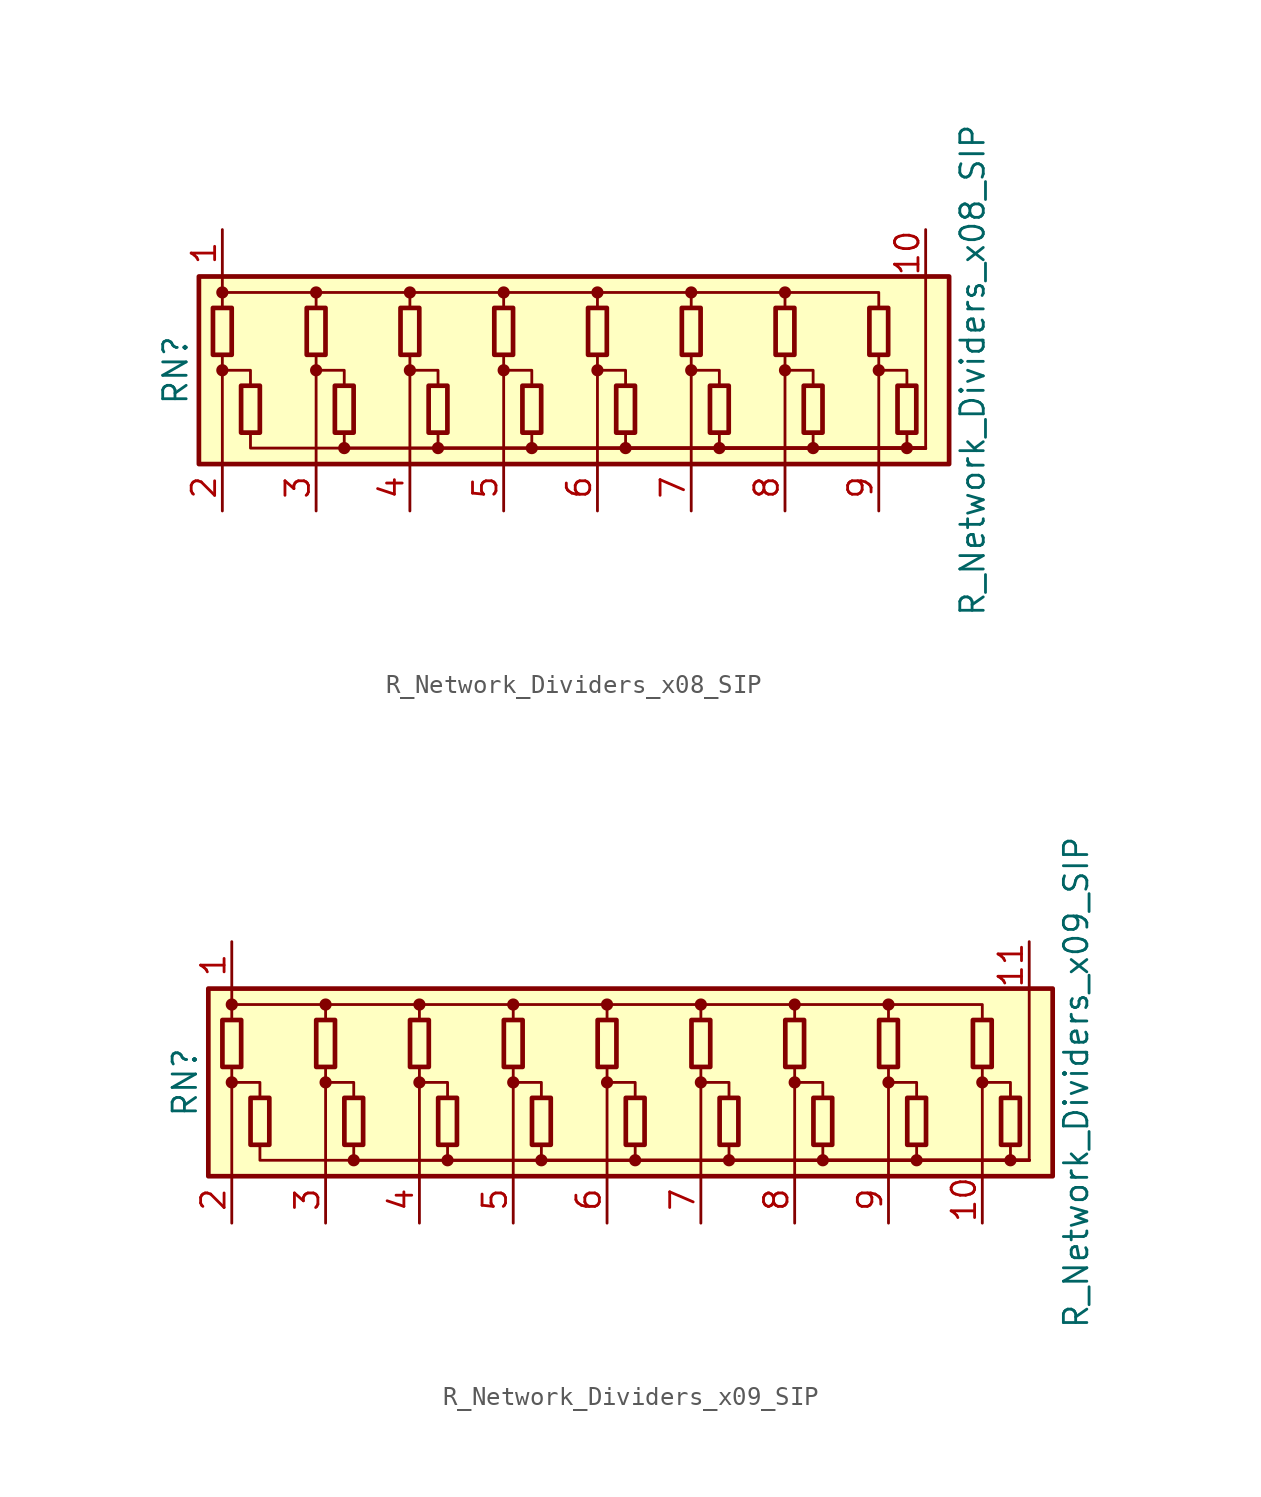
<source format=kicad_sym>
(kicad_symbol_lib
  (version 20201005)
  (generator kicad_symbol_editor)
  (symbol "R_Network_Dividers_x08_SIP"
    (pin_names
      (offset 0) hide)
    (property "Reference" "RN"
      (at -22.86 0 90)
      (effects (font (size 1.27 1.27))))
    (property "Value" "R_Network_Dividers_x08_SIP"
      (at 20.32 0 90)
      (effects (font (size 1.27 1.27))))
    (symbol "R_Network_Dividers_x08_SIP_0_1"
      (circle (center -20.32 0) (radius 0.254) (stroke (width 0)) (fill (type outline)))
      (circle (center -20.32 4.216) (radius 0.254) (stroke (width 0)) (fill (type outline)))
      (circle (center -15.24 0) (radius 0.254) (stroke (width 0)) (fill (type outline)))
      (circle (center -15.24 4.216) (radius 0.254) (stroke (width 0)) (fill (type outline)))
      (circle (center -13.716 -4.216) (radius 0.254) (stroke (width 0)) (fill (type outline)))
      (circle (center -10.16 0) (radius 0.254) (stroke (width 0)) (fill (type outline)))
      (circle (center -10.16 4.216) (radius 0.254) (stroke (width 0)) (fill (type outline)))
      (circle (center -8.636 -4.216) (radius 0.254) (stroke (width 0)) (fill (type outline)))
      (circle (center -5.08 0) (radius 0.254) (stroke (width 0)) (fill (type outline)))
      (circle (center -5.08 4.216) (radius 0.254) (stroke (width 0)) (fill (type outline)))
      (circle (center -3.556 -4.216) (radius 0.254) (stroke (width 0)) (fill (type outline)))
      (circle (center 0 0) (radius 0.254) (stroke (width 0)) (fill (type outline)))
      (circle (center 0 4.216) (radius 0.254) (stroke (width 0)) (fill (type outline)))
      (circle (center 1.524 -4.216) (radius 0.254) (stroke (width 0)) (fill (type outline)))
      (circle (center 5.08 0) (radius 0.254) (stroke (width 0)) (fill (type outline)))
      (circle (center 5.08 4.216) (radius 0.254) (stroke (width 0)) (fill (type outline)))
      (circle (center 6.604 -4.216) (radius 0.254) (stroke (width 0)) (fill (type outline)))
      (circle (center 10.16 0) (radius 0.254) (stroke (width 0)) (fill (type outline)))
      (circle (center 10.16 4.216) (radius 0.254) (stroke (width 0)) (fill (type outline)))
      (circle (center 11.684 -4.216) (radius 0.254) (stroke (width 0)) (fill (type outline)))
      (circle (center 15.24 0) (radius 0.254) (stroke (width 0)) (fill (type outline)))
      (circle (center 16.764 -4.216) (radius 0.254) (stroke (width 0)) (fill (type outline)))
      (rectangle (start -20.828 3.378) (end -19.812 0.838) (stroke (width 0.254)) (fill (type none)))
      (rectangle (start -19.304 -3.378) (end -18.288 -0.838) (stroke (width 0.254)) (fill (type none)))
      (rectangle (start -15.748 3.378) (end -14.732 0.838) (stroke (width 0.254)) (fill (type none)))
      (rectangle (start -14.224 -3.378) (end -13.208 -0.838) (stroke (width 0.254)) (fill (type none)))
      (rectangle (start -10.668 3.378) (end -9.652 0.838) (stroke (width 0.254)) (fill (type none)))
      (rectangle (start -9.144 -3.378) (end -8.128 -0.838) (stroke (width 0.254)) (fill (type none)))
      (rectangle (start -5.588 3.378) (end -4.572 0.838) (stroke (width 0.254)) (fill (type none)))
      (rectangle (start -4.064 -3.378) (end -3.048 -0.838) (stroke (width 0.254)) (fill (type none)))
      (rectangle (start -0.508 3.378) (end 0.508 0.838) (stroke (width 0.254)) (fill (type none)))
      (rectangle (start 1.016 -3.378) (end 2.032 -0.838) (stroke (width 0.254)) (fill (type none)))
      (rectangle (start 4.572 3.378) (end 5.588 0.838) (stroke (width 0.254)) (fill (type none)))
      (rectangle (start 6.096 -3.378) (end 7.112 -0.838) (stroke (width 0.254)) (fill (type none)))
      (rectangle (start 9.652 3.378) (end 10.668 0.838) (stroke (width 0.254)) (fill (type none)))
      (rectangle (start 11.176 -3.378) (end 12.192 -0.838) (stroke (width 0.254)) (fill (type none)))
      (rectangle (start 14.732 3.378) (end 15.748 0.838) (stroke (width 0.254)) (fill (type none)))
      (rectangle (start 16.256 -3.378) (end 17.272 -0.838) (stroke (width 0.254)) (fill (type none)))
      (rectangle (start -21.59 -5.08) (end 19.05 5.08) (stroke (width 0.254)) (fill (type background)))
      (polyline (pts (xy -20.32 -5.08) (xy -20.32 0.838)) (stroke (width 0)) (fill (type none)))
      (polyline (pts (xy -20.32 5.08) (xy -20.32 3.378)) (stroke (width 0)) (fill (type none)))
      (polyline (pts (xy -15.24 -5.08) (xy -15.24 0.838)) (stroke (width 0)) (fill (type none)))
      (polyline (pts (xy -10.16 -5.08) (xy -10.16 0.838)) (stroke (width 0)) (fill (type none)))
      (polyline (pts (xy -5.08 -5.08) (xy -5.08 0.838)) (stroke (width 0)) (fill (type none)))
      (polyline (pts (xy 0 -5.08) (xy 0 0.838)) (stroke (width 0)) (fill (type none)))
      (polyline (pts (xy 5.08 -5.08) (xy 5.08 0.838)) (stroke (width 0)) (fill (type none)))
      (polyline (pts (xy 10.16 -5.08) (xy 10.16 0.838)) (stroke (width 0)) (fill (type none)))
      (polyline (pts (xy 15.24 -5.08) (xy 15.24 0.838)) (stroke (width 0)) (fill (type none)))
      (polyline (pts (xy 17.78 -4.216) (xy 17.78 5.08)) (stroke (width 0)) (fill (type none)))
      (polyline (pts (xy -20.32 0) (xy -18.796 0) (xy -18.796 -0.838)) (stroke (width 0)) (fill (type none)))
      (polyline (pts (xy -20.32 4.216) (xy -15.24 4.216) (xy -15.24 3.378)) (stroke (width 0)) (fill (type none)))
      (polyline (pts (xy -18.796 -3.378) (xy -18.796 -4.216) (xy 17.78 -4.216)) (stroke (width 0)) (fill (type none)))
      (polyline (pts (xy -15.24 0) (xy -13.716 0) (xy -13.716 -0.838)) (stroke (width 0)) (fill (type none)))
      (polyline (pts (xy -15.24 4.216) (xy -10.16 4.216) (xy -10.16 3.378)) (stroke (width 0)) (fill (type none)))
      (polyline (pts (xy -13.716 -3.378) (xy -13.716 -4.216) (xy 17.78 -4.216)) (stroke (width 0)) (fill (type none)))
      (polyline (pts (xy -10.16 0) (xy -8.636 0) (xy -8.636 -0.838)) (stroke (width 0)) (fill (type none)))
      (polyline (pts (xy -10.16 4.216) (xy -5.08 4.216) (xy -5.08 3.378)) (stroke (width 0)) (fill (type none)))
      (polyline (pts (xy -8.636 -3.378) (xy -8.636 -4.216) (xy 17.78 -4.216)) (stroke (width 0)) (fill (type none)))
      (polyline (pts (xy -5.08 0) (xy -3.556 0) (xy -3.556 -0.838)) (stroke (width 0)) (fill (type none)))
      (polyline (pts (xy -5.08 4.216) (xy 0 4.216) (xy 0 3.378)) (stroke (width 0)) (fill (type none)))
      (polyline (pts (xy -3.556 -3.378) (xy -3.556 -4.216) (xy 17.78 -4.216)) (stroke (width 0)) (fill (type none)))
      (polyline (pts (xy 0 0) (xy 1.524 0) (xy 1.524 -0.838)) (stroke (width 0)) (fill (type none)))
      (polyline (pts (xy 0 4.216) (xy 5.08 4.216) (xy 5.08 3.378)) (stroke (width 0)) (fill (type none)))
      (polyline (pts (xy 1.524 -3.378) (xy 1.524 -4.216) (xy 17.78 -4.216)) (stroke (width 0)) (fill (type none)))
      (polyline (pts (xy 5.08 0) (xy 6.604 0) (xy 6.604 -0.838)) (stroke (width 0)) (fill (type none)))
      (polyline (pts (xy 5.08 4.216) (xy 10.16 4.216) (xy 10.16 3.378)) (stroke (width 0)) (fill (type none)))
      (polyline (pts (xy 6.604 -3.378) (xy 6.604 -4.216) (xy 17.78 -4.216)) (stroke (width 0)) (fill (type none)))
      (polyline (pts (xy 10.16 0) (xy 11.684 0) (xy 11.684 -0.838)) (stroke (width 0)) (fill (type none)))
      (polyline (pts (xy 10.16 4.216) (xy 15.24 4.216) (xy 15.24 3.378)) (stroke (width 0)) (fill (type none)))
      (polyline (pts (xy 11.684 -3.378) (xy 11.684 -4.216) (xy 17.78 -4.216)) (stroke (width 0)) (fill (type none)))
      (polyline (pts (xy 15.24 0) (xy 16.764 0) (xy 16.764 -0.838)) (stroke (width 0)) (fill (type none)))
      (polyline (pts (xy 16.764 -3.378) (xy 16.764 -4.216) (xy 17.78 -4.216)) (stroke (width 0)) (fill (type none))))
    (symbol "R_Network_Dividers_x08_SIP_1_1"
      (pin passive line (at -20.32 7.62 270) (length 2.54) (name "COM1" (effects (font (size 1.27 1.27)))) (number "1" (effects (font (size 1.27 1.27)))))
      (pin passive line (at 17.78 7.62 270) (length 2.54) (name "COM2" (effects (font (size 1.27 1.27)))) (number "10" (effects (font (size 1.27 1.27)))))
      (pin passive line (at -20.32 -7.62 90) (length 2.54) (name "R1" (effects (font (size 1.27 1.27)))) (number "2" (effects (font (size 1.27 1.27)))))
      (pin passive line (at -15.24 -7.62 90) (length 2.54) (name "R2" (effects (font (size 1.27 1.27)))) (number "3" (effects (font (size 1.27 1.27)))))
      (pin passive line (at -10.16 -7.62 90) (length 2.54) (name "R3" (effects (font (size 1.27 1.27)))) (number "4" (effects (font (size 1.27 1.27)))))
      (pin passive line (at -5.08 -7.62 90) (length 2.54) (name "R4" (effects (font (size 1.27 1.27)))) (number "5" (effects (font (size 1.27 1.27)))))
      (pin passive line (at 0 -7.62 90) (length 2.54) (name "R5" (effects (font (size 1.27 1.27)))) (number "6" (effects (font (size 1.27 1.27)))))
      (pin passive line (at 5.08 -7.62 90) (length 2.54) (name "R6" (effects (font (size 1.27 1.27)))) (number "7" (effects (font (size 1.27 1.27)))))
      (pin passive line (at 10.16 -7.62 90) (length 2.54) (name "R7" (effects (font (size 1.27 1.27)))) (number "8" (effects (font (size 1.27 1.27)))))
      (pin passive line (at 15.24 -7.62 90) (length 2.54) (name "R8" (effects (font (size 1.27 1.27)))) (number "9" (effects (font (size 1.27 1.27)))))))
  (symbol "R_Network_Dividers_x09_SIP"
    (pin_names
      (offset 0) hide)
    (property "Reference" "RN"
      (at -22.86 0 90)
      (effects (font (size 1.27 1.27))))
    (property "Value" "R_Network_Dividers_x09_SIP"
      (at 25.4 0 90)
      (effects (font (size 1.27 1.27))))
    (symbol "R_Network_Dividers_x09_SIP_0_1"
      (circle (center -20.32 0) (radius 0.254) (stroke (width 0)) (fill (type outline)))
      (circle (center -20.32 4.216) (radius 0.254) (stroke (width 0)) (fill (type outline)))
      (circle (center -15.24 0) (radius 0.254) (stroke (width 0)) (fill (type outline)))
      (circle (center -15.24 4.216) (radius 0.254) (stroke (width 0)) (fill (type outline)))
      (circle (center -13.716 -4.216) (radius 0.254) (stroke (width 0)) (fill (type outline)))
      (circle (center -10.16 0) (radius 0.254) (stroke (width 0)) (fill (type outline)))
      (circle (center -10.16 4.216) (radius 0.254) (stroke (width 0)) (fill (type outline)))
      (circle (center -8.636 -4.216) (radius 0.254) (stroke (width 0)) (fill (type outline)))
      (circle (center -5.08 0) (radius 0.254) (stroke (width 0)) (fill (type outline)))
      (circle (center -5.08 4.216) (radius 0.254) (stroke (width 0)) (fill (type outline)))
      (circle (center -3.556 -4.216) (radius 0.254) (stroke (width 0)) (fill (type outline)))
      (circle (center 0 0) (radius 0.254) (stroke (width 0)) (fill (type outline)))
      (circle (center 0 4.216) (radius 0.254) (stroke (width 0)) (fill (type outline)))
      (circle (center 1.524 -4.216) (radius 0.254) (stroke (width 0)) (fill (type outline)))
      (circle (center 5.08 0) (radius 0.254) (stroke (width 0)) (fill (type outline)))
      (circle (center 5.08 4.216) (radius 0.254) (stroke (width 0)) (fill (type outline)))
      (circle (center 6.604 -4.216) (radius 0.254) (stroke (width 0)) (fill (type outline)))
      (circle (center 10.16 0) (radius 0.254) (stroke (width 0)) (fill (type outline)))
      (circle (center 10.16 4.216) (radius 0.254) (stroke (width 0)) (fill (type outline)))
      (circle (center 11.684 -4.216) (radius 0.254) (stroke (width 0)) (fill (type outline)))
      (circle (center 15.24 0) (radius 0.254) (stroke (width 0)) (fill (type outline)))
      (circle (center 15.24 4.216) (radius 0.254) (stroke (width 0)) (fill (type outline)))
      (circle (center 16.764 -4.216) (radius 0.254) (stroke (width 0)) (fill (type outline)))
      (circle (center 20.32 0) (radius 0.254) (stroke (width 0)) (fill (type outline)))
      (circle (center 21.844 -4.216) (radius 0.254) (stroke (width 0)) (fill (type outline)))
      (rectangle (start -20.828 3.378) (end -19.812 0.838) (stroke (width 0.254)) (fill (type none)))
      (rectangle (start -19.304 -3.378) (end -18.288 -0.838) (stroke (width 0.254)) (fill (type none)))
      (rectangle (start -15.748 3.378) (end -14.732 0.838) (stroke (width 0.254)) (fill (type none)))
      (rectangle (start -14.224 -3.378) (end -13.208 -0.838) (stroke (width 0.254)) (fill (type none)))
      (rectangle (start -10.668 3.378) (end -9.652 0.838) (stroke (width 0.254)) (fill (type none)))
      (rectangle (start -9.144 -3.378) (end -8.128 -0.838) (stroke (width 0.254)) (fill (type none)))
      (rectangle (start -5.588 3.378) (end -4.572 0.838) (stroke (width 0.254)) (fill (type none)))
      (rectangle (start -4.064 -3.378) (end -3.048 -0.838) (stroke (width 0.254)) (fill (type none)))
      (rectangle (start -0.508 3.378) (end 0.508 0.838) (stroke (width 0.254)) (fill (type none)))
      (rectangle (start 1.016 -3.378) (end 2.032 -0.838) (stroke (width 0.254)) (fill (type none)))
      (rectangle (start 4.572 3.378) (end 5.588 0.838) (stroke (width 0.254)) (fill (type none)))
      (rectangle (start 6.096 -3.378) (end 7.112 -0.838) (stroke (width 0.254)) (fill (type none)))
      (rectangle (start 9.652 3.378) (end 10.668 0.838) (stroke (width 0.254)) (fill (type none)))
      (rectangle (start 11.176 -3.378) (end 12.192 -0.838) (stroke (width 0.254)) (fill (type none)))
      (rectangle (start 14.732 3.378) (end 15.748 0.838) (stroke (width 0.254)) (fill (type none)))
      (rectangle (start 16.256 -3.378) (end 17.272 -0.838) (stroke (width 0.254)) (fill (type none)))
      (rectangle (start 19.812 3.378) (end 20.828 0.838) (stroke (width 0.254)) (fill (type none)))
      (rectangle (start 21.336 -3.378) (end 22.352 -0.838) (stroke (width 0.254)) (fill (type none)))
      (rectangle (start -21.59 -5.08) (end 24.13 5.08) (stroke (width 0.254)) (fill (type background)))
      (polyline (pts (xy -20.32 -5.08) (xy -20.32 0.838)) (stroke (width 0)) (fill (type none)))
      (polyline (pts (xy -20.32 5.08) (xy -20.32 3.378)) (stroke (width 0)) (fill (type none)))
      (polyline (pts (xy -15.24 -5.08) (xy -15.24 0.838)) (stroke (width 0)) (fill (type none)))
      (polyline (pts (xy -10.16 -5.08) (xy -10.16 0.838)) (stroke (width 0)) (fill (type none)))
      (polyline (pts (xy -5.08 -5.08) (xy -5.08 0.838)) (stroke (width 0)) (fill (type none)))
      (polyline (pts (xy 0 -5.08) (xy 0 0.838)) (stroke (width 0)) (fill (type none)))
      (polyline (pts (xy 5.08 -5.08) (xy 5.08 0.838)) (stroke (width 0)) (fill (type none)))
      (polyline (pts (xy 10.16 -5.08) (xy 10.16 0.838)) (stroke (width 0)) (fill (type none)))
      (polyline (pts (xy 15.24 -5.08) (xy 15.24 0.838)) (stroke (width 0)) (fill (type none)))
      (polyline (pts (xy 20.32 -5.08) (xy 20.32 0.838)) (stroke (width 0)) (fill (type none)))
      (polyline (pts (xy 22.86 -4.216) (xy 22.86 5.08)) (stroke (width 0)) (fill (type none)))
      (polyline (pts (xy -20.32 0) (xy -18.796 0) (xy -18.796 -0.838)) (stroke (width 0)) (fill (type none)))
      (polyline (pts (xy -20.32 4.216) (xy -15.24 4.216) (xy -15.24 3.378)) (stroke (width 0)) (fill (type none)))
      (polyline (pts (xy -18.796 -3.378) (xy -18.796 -4.216) (xy 22.86 -4.216)) (stroke (width 0)) (fill (type none)))
      (polyline (pts (xy -15.24 0) (xy -13.716 0) (xy -13.716 -0.838)) (stroke (width 0)) (fill (type none)))
      (polyline (pts (xy -15.24 4.216) (xy -10.16 4.216) (xy -10.16 3.378)) (stroke (width 0)) (fill (type none)))
      (polyline (pts (xy -13.716 -3.378) (xy -13.716 -4.216) (xy 22.86 -4.216)) (stroke (width 0)) (fill (type none)))
      (polyline (pts (xy -10.16 0) (xy -8.636 0) (xy -8.636 -0.838)) (stroke (width 0)) (fill (type none)))
      (polyline (pts (xy -10.16 4.216) (xy -5.08 4.216) (xy -5.08 3.378)) (stroke (width 0)) (fill (type none)))
      (polyline (pts (xy -8.636 -3.378) (xy -8.636 -4.216) (xy 22.86 -4.216)) (stroke (width 0)) (fill (type none)))
      (polyline (pts (xy -5.08 0) (xy -3.556 0) (xy -3.556 -0.838)) (stroke (width 0)) (fill (type none)))
      (polyline (pts (xy -5.08 4.216) (xy 0 4.216) (xy 0 3.378)) (stroke (width 0)) (fill (type none)))
      (polyline (pts (xy -3.556 -3.378) (xy -3.556 -4.216) (xy 22.86 -4.216)) (stroke (width 0)) (fill (type none)))
      (polyline (pts (xy 0 0) (xy 1.524 0) (xy 1.524 -0.838)) (stroke (width 0)) (fill (type none)))
      (polyline (pts (xy 0 4.216) (xy 5.08 4.216) (xy 5.08 3.378)) (stroke (width 0)) (fill (type none)))
      (polyline (pts (xy 1.524 -3.378) (xy 1.524 -4.216) (xy 22.86 -4.216)) (stroke (width 0)) (fill (type none)))
      (polyline (pts (xy 5.08 0) (xy 6.604 0) (xy 6.604 -0.838)) (stroke (width 0)) (fill (type none)))
      (polyline (pts (xy 5.08 4.216) (xy 10.16 4.216) (xy 10.16 3.378)) (stroke (width 0)) (fill (type none)))
      (polyline (pts (xy 6.604 -3.378) (xy 6.604 -4.216) (xy 22.86 -4.216)) (stroke (width 0)) (fill (type none)))
      (polyline (pts (xy 10.16 0) (xy 11.684 0) (xy 11.684 -0.838)) (stroke (width 0)) (fill (type none)))
      (polyline (pts (xy 10.16 4.216) (xy 15.24 4.216) (xy 15.24 3.378)) (stroke (width 0)) (fill (type none)))
      (polyline (pts (xy 11.684 -3.378) (xy 11.684 -4.216) (xy 22.86 -4.216)) (stroke (width 0)) (fill (type none)))
      (polyline (pts (xy 15.24 0) (xy 16.764 0) (xy 16.764 -0.838)) (stroke (width 0)) (fill (type none)))
      (polyline (pts (xy 15.24 4.216) (xy 20.32 4.216) (xy 20.32 3.378)) (stroke (width 0)) (fill (type none)))
      (polyline (pts (xy 16.764 -3.378) (xy 16.764 -4.216) (xy 22.86 -4.216)) (stroke (width 0)) (fill (type none)))
      (polyline (pts (xy 20.32 0) (xy 21.844 0) (xy 21.844 -0.838)) (stroke (width 0)) (fill (type none)))
      (polyline (pts (xy 21.844 -3.378) (xy 21.844 -4.216) (xy 22.86 -4.216)) (stroke (width 0)) (fill (type none))))
    (symbol "R_Network_Dividers_x09_SIP_1_1"
      (pin passive line (at -20.32 7.62 270) (length 2.54) (name "COM1" (effects (font (size 1.27 1.27)))) (number "1" (effects (font (size 1.27 1.27)))))
      (pin passive line (at 20.32 -7.62 90) (length 2.54) (name "R9" (effects (font (size 1.27 1.27)))) (number "10" (effects (font (size 1.27 1.27)))))
      (pin passive line (at 22.86 7.62 270) (length 2.54) (name "COM2" (effects (font (size 1.27 1.27)))) (number "11" (effects (font (size 1.27 1.27)))))
      (pin passive line (at -20.32 -7.62 90) (length 2.54) (name "R1" (effects (font (size 1.27 1.27)))) (number "2" (effects (font (size 1.27 1.27)))))
      (pin passive line (at -15.24 -7.62 90) (length 2.54) (name "R2" (effects (font (size 1.27 1.27)))) (number "3" (effects (font (size 1.27 1.27)))))
      (pin passive line (at -10.16 -7.62 90) (length 2.54) (name "R3" (effects (font (size 1.27 1.27)))) (number "4" (effects (font (size 1.27 1.27)))))
      (pin passive line (at -5.08 -7.62 90) (length 2.54) (name "R4" (effects (font (size 1.27 1.27)))) (number "5" (effects (font (size 1.27 1.27)))))
      (pin passive line (at 0 -7.62 90) (length 2.54) (name "R5" (effects (font (size 1.27 1.27)))) (number "6" (effects (font (size 1.27 1.27)))))
      (pin passive line (at 5.08 -7.62 90) (length 2.54) (name "R6" (effects (font (size 1.27 1.27)))) (number "7" (effects (font (size 1.27 1.27)))))
      (pin passive line (at 10.16 -7.62 90) (length 2.54) (name "R7" (effects (font (size 1.27 1.27)))) (number "8" (effects (font (size 1.27 1.27)))))
      (pin passive line (at 15.24 -7.62 90) (length 2.54) (name "R8" (effects (font (size 1.27 1.27)))) (number "9" (effects (font (size 1.27 1.27))))))))
</source>
